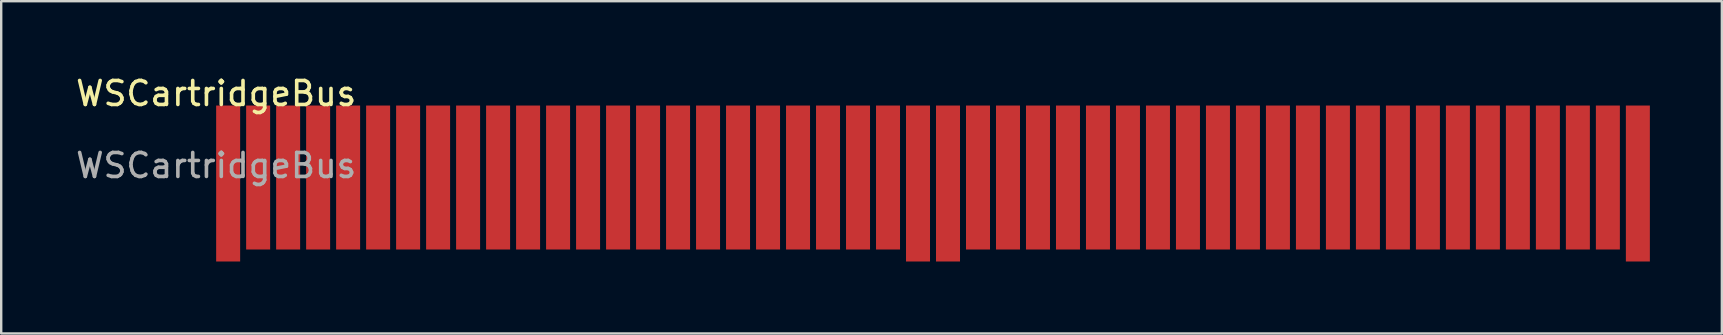
<source format=kicad_pcb>
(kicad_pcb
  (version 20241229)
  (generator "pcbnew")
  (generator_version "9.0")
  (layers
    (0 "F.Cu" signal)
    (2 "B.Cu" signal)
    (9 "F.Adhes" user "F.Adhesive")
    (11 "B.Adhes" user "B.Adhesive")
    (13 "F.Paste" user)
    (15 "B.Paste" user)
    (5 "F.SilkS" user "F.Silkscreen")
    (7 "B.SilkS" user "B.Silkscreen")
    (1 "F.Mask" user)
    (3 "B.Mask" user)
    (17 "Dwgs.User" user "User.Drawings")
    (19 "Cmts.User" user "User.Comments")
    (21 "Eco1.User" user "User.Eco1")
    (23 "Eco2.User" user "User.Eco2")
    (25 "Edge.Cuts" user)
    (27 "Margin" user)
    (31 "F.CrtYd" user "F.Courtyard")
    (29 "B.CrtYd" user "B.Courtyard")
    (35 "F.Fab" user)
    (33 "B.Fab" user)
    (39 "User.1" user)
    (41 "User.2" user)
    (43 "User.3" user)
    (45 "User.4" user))
  (footprint "WSCartridgeBus"
    (layer "F.Cu")
    (at 5.958 1.348)
    (property "Reference" "WSCartridgeBus" (at 0 -0.5 0) (unlocked yes) (layer "F.SilkS") (effects (font (size 1 1) (thickness 0.15))))
    (attr smd)
    (fp_text user "${REFERENCE}" (at 0 2.5 0) (unlocked yes) (layer "F.Fab") (effects (font (size 1 1) (thickness 0.15))))
    (pad "1" smd rect (at 0.5 3.25) (size 1 6.5) (layers "F.Cu" "F.Mask"))
    (pad "2" smd rect (at 1.75 3) (size 1 6) (layers "F.Cu" "F.Mask"))
    (pad "3" smd rect (at 3 3) (size 1 6) (layers "F.Cu" "F.Mask"))
    (pad "4" smd rect (at 4.25 3) (size 1 6) (layers "F.Cu" "F.Mask"))
    (pad "5" smd rect (at 5.5 3) (size 1 6) (layers "F.Cu" "F.Mask"))
    (pad "6" smd rect (at 6.75 3) (size 1 6) (layers "F.Cu" "F.Mask"))
    (pad "7" smd rect (at 8 3) (size 1 6) (layers "F.Cu" "F.Mask"))
    (pad "8" smd rect (at 9.25 3) (size 1 6) (layers "F.Cu" "F.Mask"))
    (pad "9" smd rect (at 10.5 3) (size 1 6) (layers "F.Cu" "F.Mask"))
    (pad "10" smd rect (at 11.75 3) (size 1 6) (layers "F.Cu" "F.Mask"))
    (pad "11" smd rect (at 13 3) (size 1 6) (layers "F.Cu" "F.Mask"))
    (pad "12" smd rect (at 14.25 3) (size 1 6) (layers "F.Cu" "F.Mask"))
    (pad "13" smd rect (at 15.5 3) (size 1 6) (layers "F.Cu" "F.Mask"))
    (pad "14" smd rect (at 16.75 3) (size 1 6) (layers "F.Cu" "F.Mask"))
    (pad "15" smd rect (at 18 3) (size 1 6) (layers "F.Cu" "F.Mask"))
    (pad "16" smd rect (at 19.25 3) (size 1 6) (layers "F.Cu" "F.Mask"))
    (pad "17" smd rect (at 20.5 3) (size 1 6) (layers "F.Cu" "F.Mask"))
    (pad "18" smd rect (at 21.75 3) (size 1 6) (layers "F.Cu" "F.Mask"))
    (pad "19" smd rect (at 23 3) (size 1 6) (layers "F.Cu" "F.Mask"))
    (pad "20" smd rect (at 24.25 3) (size 1 6) (layers "F.Cu" "F.Mask"))
    (pad "21" smd rect (at 25.5 3) (size 1 6) (layers "F.Cu" "F.Mask"))
    (pad "22" smd rect (at 26.75 3) (size 1 6) (layers "F.Cu" "F.Mask"))
    (pad "23" smd rect (at 28 3) (size 1 6) (layers "F.Cu" "F.Mask"))
    (pad "24" smd rect (at 29.25 3.25) (size 1 6.5) (layers "F.Cu" "F.Mask"))
    (pad "25" smd rect (at 30.5 3.25) (size 1 6.5) (layers "F.Cu" "F.Mask"))
    (pad "26" smd rect (at 31.75 3) (size 1 6) (layers "F.Cu" "F.Mask"))
    (pad "27" smd rect (at 33 3) (size 1 6) (layers "F.Cu" "F.Mask"))
    (pad "28" smd rect (at 34.25 3) (size 1 6) (layers "F.Cu" "F.Mask"))
    (pad "29" smd rect (at 35.5 3) (size 1 6) (layers "F.Cu" "F.Mask"))
    (pad "30" smd rect (at 36.75 3) (size 1 6) (layers "F.Cu" "F.Mask"))
    (pad "31" smd rect (at 38 3) (size 1 6) (layers "F.Cu" "F.Mask"))
    (pad "32" smd rect (at 39.25 3) (size 1 6) (layers "F.Cu" "F.Mask"))
    (pad "33" smd rect (at 40.5 3) (size 1 6) (layers "F.Cu" "F.Mask"))
    (pad "34" smd rect (at 41.75 3) (size 1 6) (layers "F.Cu" "F.Mask"))
    (pad "35" smd rect (at 43 3) (size 1 6) (layers "F.Cu" "F.Mask"))
    (pad "36" smd rect (at 44.25 3) (size 1 6) (layers "F.Cu" "F.Mask"))
    (pad "37" smd rect (at 45.5 3) (size 1 6) (layers "F.Cu" "F.Mask"))
    (pad "38" smd rect (at 46.75 3) (size 1 6) (layers "F.Cu" "F.Mask"))
    (pad "39" smd rect (at 48 3) (size 1 6) (layers "F.Cu" "F.Mask"))
    (pad "40" smd rect (at 49.25 3) (size 1 6) (layers "F.Cu" "F.Mask"))
    (pad "41" smd rect (at 50.5 3) (size 1 6) (layers "F.Cu" "F.Mask"))
    (pad "42" smd rect (at 51.75 3) (size 1 6) (layers "F.Cu" "F.Mask"))
    (pad "43" smd rect (at 53 3) (size 1 6) (layers "F.Cu" "F.Mask"))
    (pad "44" smd rect (at 54.25 3) (size 1 6) (layers "F.Cu" "F.Mask"))
    (pad "45" smd rect (at 55.5 3) (size 1 6) (layers "F.Cu" "F.Mask"))
    (pad "46" smd rect (at 56.75 3) (size 1 6) (layers "F.Cu" "F.Mask"))
    (pad "47" smd rect (at 58 3) (size 1 6) (layers "F.Cu" "F.Mask"))
    (pad "48" smd rect (at 59.25 3.25) (size 1 6.5) (layers "F.Cu" "F.Mask")))
  (gr_rect
    (start -3 -3)
    (end 68.708 10.848)
    (stroke (width 0.1) (type default))
    (fill no)
    (layer "Edge.Cuts")))
</source>
